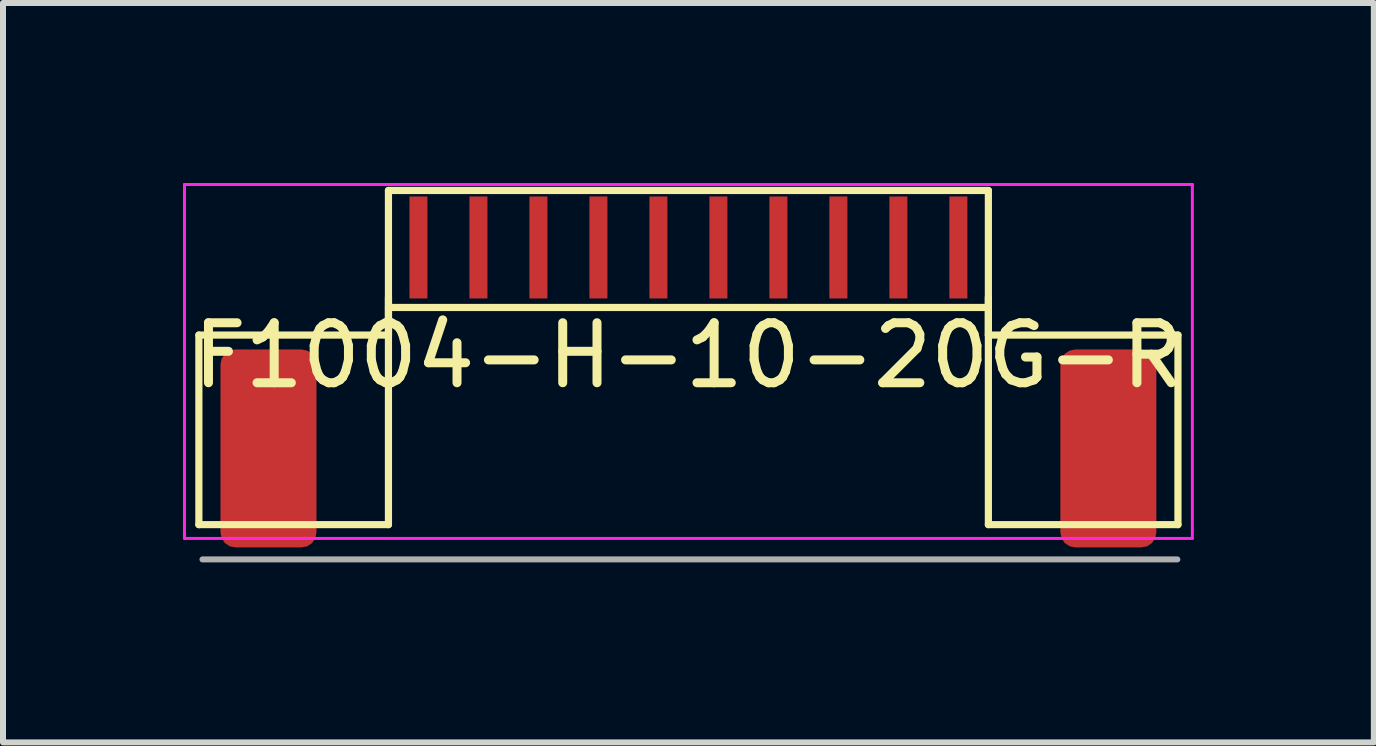
<source format=kicad_pcb>
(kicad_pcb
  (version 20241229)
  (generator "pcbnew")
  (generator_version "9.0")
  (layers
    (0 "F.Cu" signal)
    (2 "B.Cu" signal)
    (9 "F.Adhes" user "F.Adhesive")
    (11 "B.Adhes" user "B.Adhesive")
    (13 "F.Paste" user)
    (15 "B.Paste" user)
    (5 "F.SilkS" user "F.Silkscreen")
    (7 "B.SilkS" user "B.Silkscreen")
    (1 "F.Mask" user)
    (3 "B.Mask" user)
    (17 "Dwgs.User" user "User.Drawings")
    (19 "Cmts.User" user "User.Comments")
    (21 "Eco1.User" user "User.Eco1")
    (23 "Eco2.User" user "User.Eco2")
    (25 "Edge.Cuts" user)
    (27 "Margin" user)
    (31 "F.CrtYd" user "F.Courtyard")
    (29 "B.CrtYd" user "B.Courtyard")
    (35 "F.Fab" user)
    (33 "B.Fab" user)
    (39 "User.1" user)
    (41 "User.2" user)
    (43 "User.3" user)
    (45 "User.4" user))
  (footprint "F1004-H-10-20G-R"
    (layer "F.Cu")
    (at 8.425 1.075)
    (property "Reference" "F1004-H-10-20G-R" (at 0 1.8 0) (layer "F.SilkS") (effects (font (size 1 1) (thickness 0.15))))
    (attr smd)
    (fp_line (start -8.16 1.46) (end -5 1.46) (stroke (width 0.12) (type solid)) (layer "F.SilkS"))
    (fp_line (start -8.16 4.62) (end -8.16 1.46) (stroke (width 0.12) (type solid)) (layer "F.SilkS"))
    (fp_line (start -5 -0.95) (end 5 -0.95) (stroke (width 0.12) (type solid)) (layer "F.SilkS"))
    (fp_line (start -5 0.83) (end -5 4.62) (stroke (width 0.12) (type solid)) (layer "F.SilkS"))
    (fp_line (start -5 1) (end 5 1) (stroke (width 0.12) (type solid)) (layer "F.SilkS"))
    (fp_line (start -5 1.46) (end -5 -0.95) (stroke (width 0.12) (type solid)) (layer "F.SilkS"))
    (fp_line (start -5 4.62) (end -8.16 4.62) (stroke (width 0.12) (type solid)) (layer "F.SilkS"))
    (fp_line (start 5 0.83) (end 5 4.62) (stroke (width 0.12) (type solid)) (layer "F.SilkS"))
    (fp_line (start 5 1.46) (end 5 -0.95) (stroke (width 0.12) (type solid)) (layer "F.SilkS"))
    (fp_line (start 5 4.62) (end 8.16 4.62) (stroke (width 0.12) (type solid)) (layer "F.SilkS"))
    (fp_line (start 8.16 1.46) (end 5 1.46) (stroke (width 0.12) (type solid)) (layer "F.SilkS"))
    (fp_line (start 8.16 4.62) (end 8.16 1.46) (stroke (width 0.12) (type solid)) (layer "F.SilkS"))
    (fp_line (start -8.4 -1.05) (end -8.4 4.85) (stroke (width 0.05) (type solid)) (layer "F.CrtYd"))
    (fp_line (start -8.4 -1.05) (end 8.4 -1.05) (stroke (width 0.05) (type solid)) (layer "F.CrtYd"))
    (fp_line (start -8.4 4.85) (end 8.4 4.85) (stroke (width 0.05) (type solid)) (layer "F.CrtYd"))
    (fp_line (start 8.4 -1.05) (end 8.4 4.85) (stroke (width 0.05) (type solid)) (layer "F.CrtYd"))
    (fp_line (start -8.1 5.2) (end 8.15 5.2) (stroke (width 0.1) (type solid)) (layer "F.Fab"))
    (pad "0" smd roundrect (at -7 3.35) (size 1.6 3.3) (layers "F.Cu" "F.Mask" "F.Paste") (roundrect_rratio 0.156))
    (pad "0" smd roundrect (at 7 3.35) (size 1.6 3.3) (layers "F.Cu" "F.Mask" "F.Paste") (roundrect_rratio 0.156))
    (pad "1" smd rect (at -4.5 0) (size 0.3 1.7) (layers "F.Cu" "F.Mask" "F.Paste"))
    (pad "2" smd rect (at -3.5 0) (size 0.3 1.7) (layers "F.Cu" "F.Mask" "F.Paste"))
    (pad "3" smd rect (at -2.5 0) (size 0.3 1.7) (layers "F.Cu" "F.Mask" "F.Paste"))
    (pad "4" smd rect (at -1.5 0) (size 0.3 1.7) (layers "F.Cu" "F.Mask" "F.Paste"))
    (pad "5" smd rect (at -0.5 0) (size 0.3 1.7) (layers "F.Cu" "F.Mask" "F.Paste"))
    (pad "6" smd rect (at 0.5 0) (size 0.3 1.7) (layers "F.Cu" "F.Mask" "F.Paste"))
    (pad "7" smd rect (at 1.5 0) (size 0.3 1.7) (layers "F.Cu" "F.Mask" "F.Paste"))
    (pad "8" smd rect (at 2.5 0) (size 0.3 1.7) (layers "F.Cu" "F.Mask" "F.Paste"))
    (pad "9" smd rect (at 3.5 0) (size 0.3 1.7) (layers "F.Cu" "F.Mask" "F.Paste"))
    (pad "10" smd rect (at 4.5 0) (size 0.3 1.7) (layers "F.Cu" "F.Mask" "F.Paste")))
  (gr_rect
    (start -3 -3)
    (end 19.85 9.325)
    (stroke (width 0.1) (type default))
    (fill no)
    (layer "Edge.Cuts")))
</source>
